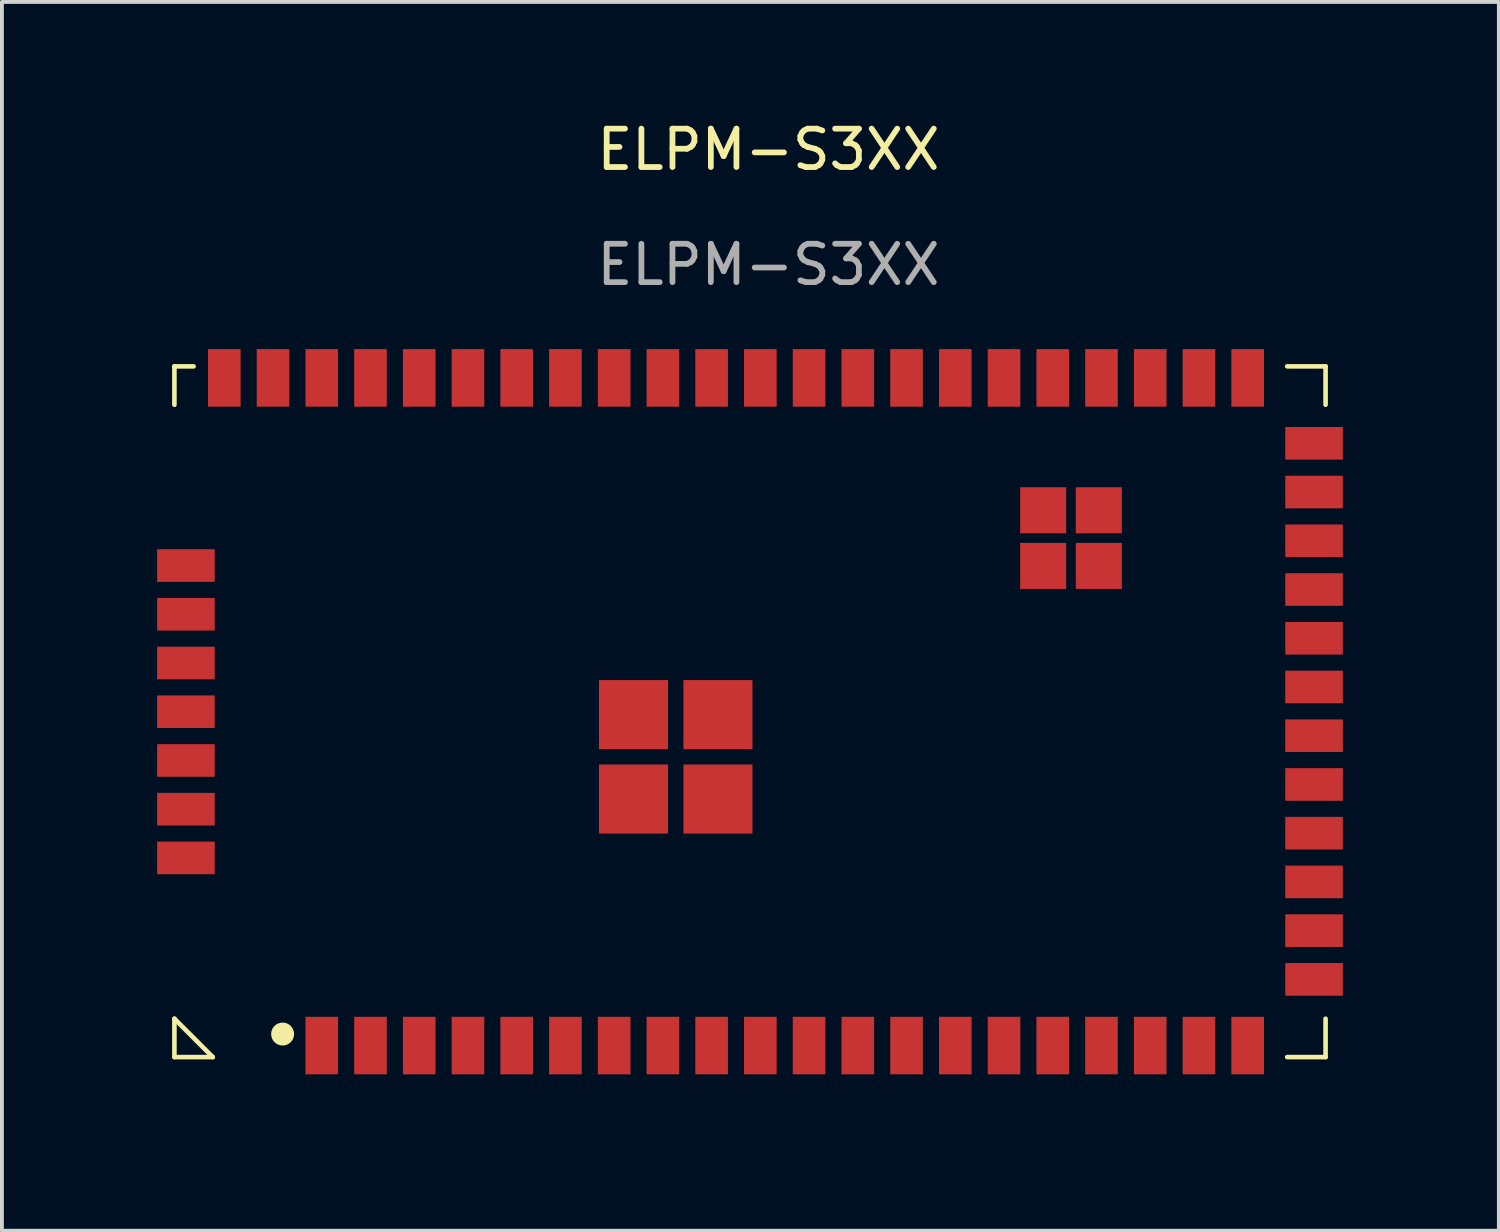
<source format=kicad_pcb>
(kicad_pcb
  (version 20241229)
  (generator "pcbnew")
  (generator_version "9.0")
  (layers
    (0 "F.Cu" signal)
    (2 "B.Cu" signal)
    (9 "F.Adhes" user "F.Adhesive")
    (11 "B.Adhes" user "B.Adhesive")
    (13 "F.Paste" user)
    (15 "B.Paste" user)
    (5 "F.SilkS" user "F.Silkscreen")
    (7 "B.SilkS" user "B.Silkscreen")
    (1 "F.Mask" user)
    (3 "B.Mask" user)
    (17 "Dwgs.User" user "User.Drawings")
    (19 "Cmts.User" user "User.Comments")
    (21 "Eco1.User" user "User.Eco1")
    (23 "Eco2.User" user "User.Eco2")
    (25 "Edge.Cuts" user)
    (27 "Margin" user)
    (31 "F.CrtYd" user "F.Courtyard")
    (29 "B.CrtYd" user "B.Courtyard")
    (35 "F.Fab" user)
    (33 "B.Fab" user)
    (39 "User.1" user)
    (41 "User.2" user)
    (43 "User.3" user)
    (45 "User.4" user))
  (footprint "ELPM-S3XX"
    (layer "F.Cu")
    (at 16.975 1.348)
    (property "Reference" "ELPM-S3XX" (at 0 -0.5 0) (unlocked yes) (layer "F.SilkS") (effects (font (size 1 1) (thickness 0.15))))
    (attr smd)
    (fp_line (start -15.48 5.15) (end -15.48 6.15) (stroke (width 0.12) (type default)) (layer "F.SilkS"))
    (fp_line (start -15.48 5.15) (end -14.98 5.15) (stroke (width 0.12) (type default)) (layer "F.SilkS"))
    (fp_line (start -15.48 22.15) (end -14.48 23.15) (stroke (width 0.12) (type default)) (layer "F.SilkS"))
    (fp_line (start -15.48 23.15) (end -15.48 22.15) (stroke (width 0.12) (type default)) (layer "F.SilkS"))
    (fp_line (start -15.48 23.15) (end -14.48 23.15) (stroke (width 0.12) (type default)) (layer "F.SilkS"))
    (fp_line (start 14.52 5.15) (end 13.52 5.15) (stroke (width 0.12) (type default)) (layer "F.SilkS"))
    (fp_line (start 14.52 5.15) (end 14.52 6.15) (stroke (width 0.12) (type default)) (layer "F.SilkS"))
    (fp_line (start 14.52 23.15) (end 13.52 23.15) (stroke (width 0.12) (type default)) (layer "F.SilkS"))
    (fp_line (start 14.52 23.15) (end 14.52 22.15) (stroke (width 0.12) (type default)) (layer "F.SilkS"))
    (fp_circle (center -12.66 22.55) (end -12.436 22.55) (stroke (width 0.15) (type solid)) (fill yes) (layer "F.SilkS"))
    (fp_line (start -15.48 5.15) (end 14.52 5.15) (stroke (width 0.15) (type default)) (layer "Eco1.User"))
    (fp_line (start -15.48 23.15) (end -15.48 5.15) (stroke (width 0.15) (type default)) (layer "Eco1.User"))
    (fp_line (start 14.52 5.15) (end 14.52 23.15) (stroke (width 0.15) (type default)) (layer "Eco1.User"))
    (fp_line (start 14.52 23.15) (end -15.48 23.15) (stroke (width 0.15) (type default)) (layer "Eco1.User"))
    (fp_line (start -16.9 3.71) (end 15.95 3.7) (stroke (width 0.15) (type default)) (layer "Margin"))
    (fp_line (start -16.9 24.59) (end -16.9 3.71) (stroke (width 0.15) (type default)) (layer "Margin"))
    (fp_line (start 15.95 3.7) (end 15.96 24.6) (stroke (width 0.15) (type default)) (layer "Margin"))
    (fp_line (start 15.96 24.6) (end -16.9 24.59) (stroke (width 0.15) (type default)) (layer "Margin"))
    (fp_text user "${REFERENCE}" (at 0 2.5 0) (unlocked yes) (layer "F.Fab") (effects (font (size 1 1) (thickness 0.15))))
    (pad "1" smd rect (at -10.37 23.05) (size 0.85 1.5) (drill (offset 0 -0.2)) (layers "F.Cu" "F.Mask" "F.Paste"))
    (pad "2" smd rect (at -9.1 23.05) (size 0.85 1.5) (drill (offset 0 -0.2)) (layers "F.Cu" "F.Mask" "F.Paste"))
    (pad "3" smd rect (at -7.83 23.05) (size 0.85 1.5) (drill (offset 0 -0.2)) (layers "F.Cu" "F.Mask" "F.Paste"))
    (pad "4" smd rect (at -6.56 23.05) (size 0.85 1.5) (drill (offset 0 -0.2)) (layers "F.Cu" "F.Mask" "F.Paste"))
    (pad "5" smd rect (at -5.29 23.05) (size 0.85 1.5) (drill (offset 0 -0.2)) (layers "F.Cu" "F.Mask" "F.Paste"))
    (pad "6" smd rect (at -4.02 23.05) (size 0.85 1.5) (drill (offset 0 -0.2)) (layers "F.Cu" "F.Mask" "F.Paste"))
    (pad "7" smd rect (at -2.75 23.05) (size 0.85 1.5) (drill (offset 0 -0.2)) (layers "F.Cu" "F.Mask" "F.Paste"))
    (pad "8" smd rect (at -1.48 23.05) (size 0.85 1.5) (drill (offset 0 -0.2)) (layers "F.Cu" "F.Mask" "F.Paste"))
    (pad "9" smd rect (at -0.21 23.05) (size 0.85 1.5) (drill (offset 0 -0.2)) (layers "F.Cu" "F.Mask" "F.Paste"))
    (pad "10" smd rect (at 1.06 23.05) (size 0.85 1.5) (drill (offset 0 -0.2)) (layers "F.Cu" "F.Mask" "F.Paste"))
    (pad "11" smd rect (at 2.33 23.05) (size 0.85 1.5) (drill (offset 0 -0.2)) (layers "F.Cu" "F.Mask" "F.Paste"))
    (pad "12" smd rect (at 3.6 23.05) (size 0.85 1.5) (drill (offset 0 -0.2)) (layers "F.Cu" "F.Mask" "F.Paste"))
    (pad "13" smd rect (at 4.87 23.05) (size 0.85 1.5) (drill (offset 0 -0.2)) (layers "F.Cu" "F.Mask" "F.Paste"))
    (pad "14" smd rect (at 6.14 23.05) (size 0.85 1.5) (drill (offset 0 -0.2)) (layers "F.Cu" "F.Mask" "F.Paste"))
    (pad "15" smd rect (at 7.41 23.05) (size 0.85 1.5) (drill (offset 0 -0.2)) (layers "F.Cu" "F.Mask" "F.Paste"))
    (pad "16" smd rect (at 8.68 23.05) (size 0.85 1.5) (drill (offset 0 -0.2)) (layers "F.Cu" "F.Mask" "F.Paste"))
    (pad "17" smd rect (at 9.95 23.05) (size 0.85 1.5) (drill (offset 0 -0.2)) (layers "F.Cu" "F.Mask" "F.Paste"))
    (pad "18" smd rect (at 11.22 23.05) (size 0.85 1.5) (drill (offset 0 -0.2)) (layers "F.Cu" "F.Mask" "F.Paste"))
    (pad "19" smd rect (at 12.49 23.05) (size 0.85 1.5) (drill (offset 0 -0.2)) (layers "F.Cu" "F.Mask" "F.Paste"))
    (pad "20" smd rect (at 14.42 21.125 90) (size 0.85 1.5) (drill (offset 0 -0.2)) (layers "F.Cu" "F.Mask" "F.Paste"))
    (pad "21" smd rect (at 14.42 19.855 90) (size 0.85 1.5) (drill (offset 0 -0.2)) (layers "F.Cu" "F.Mask" "F.Paste"))
    (pad "22" smd rect (at 14.42 18.585 90) (size 0.85 1.5) (drill (offset 0 -0.2)) (layers "F.Cu" "F.Mask" "F.Paste"))
    (pad "23" smd rect (at 14.42 17.315 90) (size 0.85 1.5) (drill (offset 0 -0.2)) (layers "F.Cu" "F.Mask" "F.Paste"))
    (pad "24" smd rect (at 14.42 16.045 90) (size 0.85 1.5) (drill (offset 0 -0.2)) (layers "F.Cu" "F.Mask" "F.Paste"))
    (pad "25" smd rect (at 14.42 14.775 90) (size 0.85 1.5) (drill (offset 0 -0.2)) (layers "F.Cu" "F.Mask" "F.Paste"))
    (pad "26" smd rect (at 14.42 13.505 90) (size 0.85 1.5) (drill (offset 0 -0.2)) (layers "F.Cu" "F.Mask" "F.Paste"))
    (pad "27" smd rect (at 14.42 12.235 90) (size 0.85 1.5) (drill (offset 0 -0.2)) (layers "F.Cu" "F.Mask" "F.Paste"))
    (pad "28" smd rect (at 14.42 10.965 90) (size 0.85 1.5) (drill (offset 0 -0.2)) (layers "F.Cu" "F.Mask" "F.Paste"))
    (pad "29" smd rect (at 14.42 9.695 90) (size 0.85 1.5) (drill (offset 0 -0.2)) (layers "F.Cu" "F.Mask" "F.Paste"))
    (pad "30" smd rect (at 14.42 8.425 90) (size 0.85 1.5) (drill (offset 0 -0.2)) (layers "F.Cu" "F.Mask" "F.Paste"))
    (pad "31" smd rect (at 14.42 7.155 90) (size 0.85 1.5) (drill (offset 0 -0.2)) (layers "F.Cu" "F.Mask" "F.Paste"))
    (pad "32" smd rect (at 12.49 5.25 180) (size 0.85 1.5) (drill (offset 0 -0.2)) (layers "F.Cu" "F.Mask" "F.Paste"))
    (pad "33" smd rect (at 11.22 5.25 180) (size 0.85 1.5) (drill (offset 0 -0.2)) (layers "F.Cu" "F.Mask" "F.Paste"))
    (pad "34" smd rect (at 9.95 5.25 180) (size 0.85 1.5) (drill (offset 0 -0.2)) (layers "F.Cu" "F.Mask" "F.Paste"))
    (pad "35" smd rect (at 8.68 5.25 180) (size 0.85 1.5) (drill (offset 0 -0.2)) (layers "F.Cu" "F.Mask" "F.Paste"))
    (pad "36" smd rect (at 7.41 5.25 180) (size 0.85 1.5) (drill (offset 0 -0.2)) (layers "F.Cu" "F.Mask" "F.Paste"))
    (pad "37" smd rect (at 6.14 5.25 180) (size 0.85 1.5) (drill (offset 0 -0.2)) (layers "F.Cu" "F.Mask" "F.Paste"))
    (pad "38" smd rect (at 4.87 5.25 180) (size 0.85 1.5) (drill (offset 0 -0.2)) (layers "F.Cu" "F.Mask" "F.Paste"))
    (pad "39" smd rect (at 3.6 5.25 180) (size 0.85 1.5) (drill (offset 0 -0.2)) (layers "F.Cu" "F.Mask" "F.Paste"))
    (pad "40" smd rect (at 2.33 5.25 180) (size 0.85 1.5) (drill (offset 0 -0.2)) (layers "F.Cu" "F.Mask" "F.Paste"))
    (pad "41" smd rect (at 1.06 5.25 180) (size 0.85 1.5) (drill (offset 0 -0.2)) (layers "F.Cu" "F.Mask" "F.Paste"))
    (pad "42" smd rect (at -0.21 5.25 180) (size 0.85 1.5) (drill (offset 0 -0.2)) (layers "F.Cu" "F.Mask" "F.Paste"))
    (pad "43" smd rect (at -1.48 5.25 180) (size 0.85 1.5) (drill (offset 0 -0.2)) (layers "F.Cu" "F.Mask" "F.Paste"))
    (pad "44" smd rect (at -2.75 5.25 180) (size 0.85 1.5) (drill (offset 0 -0.2)) (layers "F.Cu" "F.Mask" "F.Paste"))
    (pad "45" smd rect (at -4.02 5.25 180) (size 0.85 1.5) (drill (offset 0 -0.2)) (layers "F.Cu" "F.Mask" "F.Paste"))
    (pad "46" smd rect (at -5.29 5.25 180) (size 0.85 1.5) (drill (offset 0 -0.2)) (layers "F.Cu" "F.Mask" "F.Paste"))
    (pad "47" smd rect (at -6.56 5.25 180) (size 0.85 1.5) (drill (offset 0 -0.2)) (layers "F.Cu" "F.Mask" "F.Paste"))
    (pad "48" smd rect (at -7.83 5.25 180) (size 0.85 1.5) (drill (offset 0 -0.2)) (layers "F.Cu" "F.Mask" "F.Paste"))
    (pad "49" smd rect (at -9.1 5.25 180) (size 0.85 1.5) (drill (offset 0 -0.2)) (layers "F.Cu" "F.Mask" "F.Paste"))
    (pad "50" smd rect (at -10.37 5.25 180) (size 0.85 1.5) (drill (offset 0 -0.2)) (layers "F.Cu" "F.Mask" "F.Paste"))
    (pad "51" smd rect (at -11.64 5.25 180) (size 0.85 1.5) (drill (offset 0 -0.2)) (layers "F.Cu" "F.Mask" "F.Paste"))
    (pad "52" smd rect (at -14.18 5.25 180) (size 0.85 1.5) (drill (offset 0 -0.2)) (layers "F.Cu" "F.Mask" "F.Paste"))
    (pad "53" smd rect (at -15.38 10.34 270) (size 0.85 1.5) (drill (offset 0 -0.2)) (layers "F.Cu" "F.Mask" "F.Paste"))
    (pad "54" smd rect (at -15.38 11.61 270) (size 0.85 1.5) (drill (offset 0 -0.2)) (layers "F.Cu" "F.Mask" "F.Paste"))
    (pad "55" smd rect (at -15.38 12.88 270) (size 0.85 1.5) (drill (offset 0 -0.2)) (layers "F.Cu" "F.Mask" "F.Paste"))
    (pad "56" smd rect (at -15.38 14.15 270) (size 0.85 1.5) (drill (offset 0 -0.2)) (layers "F.Cu" "F.Mask" "F.Paste"))
    (pad "57" smd rect (at -15.38 15.42 270) (size 0.85 1.5) (drill (offset 0 -0.2)) (layers "F.Cu" "F.Mask" "F.Paste"))
    (pad "58" smd rect (at -15.38 16.69 270) (size 0.85 1.5) (drill (offset 0 -0.2)) (layers "F.Cu" "F.Mask" "F.Paste"))
    (pad "59" smd rect (at -15.38 17.96 270) (size 0.85 1.5) (drill (offset 0 -0.2)) (layers "F.Cu" "F.Mask" "F.Paste"))
    (pad "60" smd rect (at -3.515 14.425) (size 1.8 1.8) (drill (offset 0 -0.2)) (layers "F.Cu" "F.Mask" "F.Paste"))
    (pad "61" smd rect (at -3.515 16.625) (size 1.8 1.8) (drill (offset 0 -0.2)) (layers "F.Cu" "F.Mask" "F.Paste"))
    (pad "62" smd rect (at -1.315 14.425) (size 1.8 1.8) (drill (offset 0 -0.2)) (layers "F.Cu" "F.Mask" "F.Paste"))
    (pad "63" smd rect (at -1.315 16.625) (size 1.8 1.8) (drill (offset 0 -0.2)) (layers "F.Cu" "F.Mask" "F.Paste"))
    (pad "64" smd rect (at 7.16 9.1) (size 1.2 1.2) (drill (offset 0 -0.2)) (layers "F.Cu" "F.Mask" "F.Paste"))
    (pad "65" smd rect (at 7.16 10.55) (size 1.2 1.2) (drill (offset 0 -0.2)) (layers "F.Cu" "F.Mask" "F.Paste"))
    (pad "66" smd rect (at 8.61 9.1) (size 1.2 1.2) (drill (offset 0 -0.2)) (layers "F.Cu" "F.Mask" "F.Paste"))
    (pad "67" smd rect (at 8.61 10.55) (size 1.2 1.2) (drill (offset 0 -0.2)) (layers "F.Cu" "F.Mask" "F.Paste"))
    (pad "A1" smd rect (at -11.64 23.05) (size 0.85 1.5) (drill (offset 0 -0.2)) (layers "F.Cu" "F.Mask" "F.Paste"))
    (pad "A2" smd rect (at -12.91 5.25 180) (size 0.85 1.5) (drill (offset 0 -0.2)) (layers "F.Cu" "F.Mask" "F.Paste")))
  (gr_rect
    (start -3 -3)
    (end 36.01 29.023)
    (stroke (width 0.1) (type default))
    (fill no)
    (layer "Edge.Cuts")))
</source>
